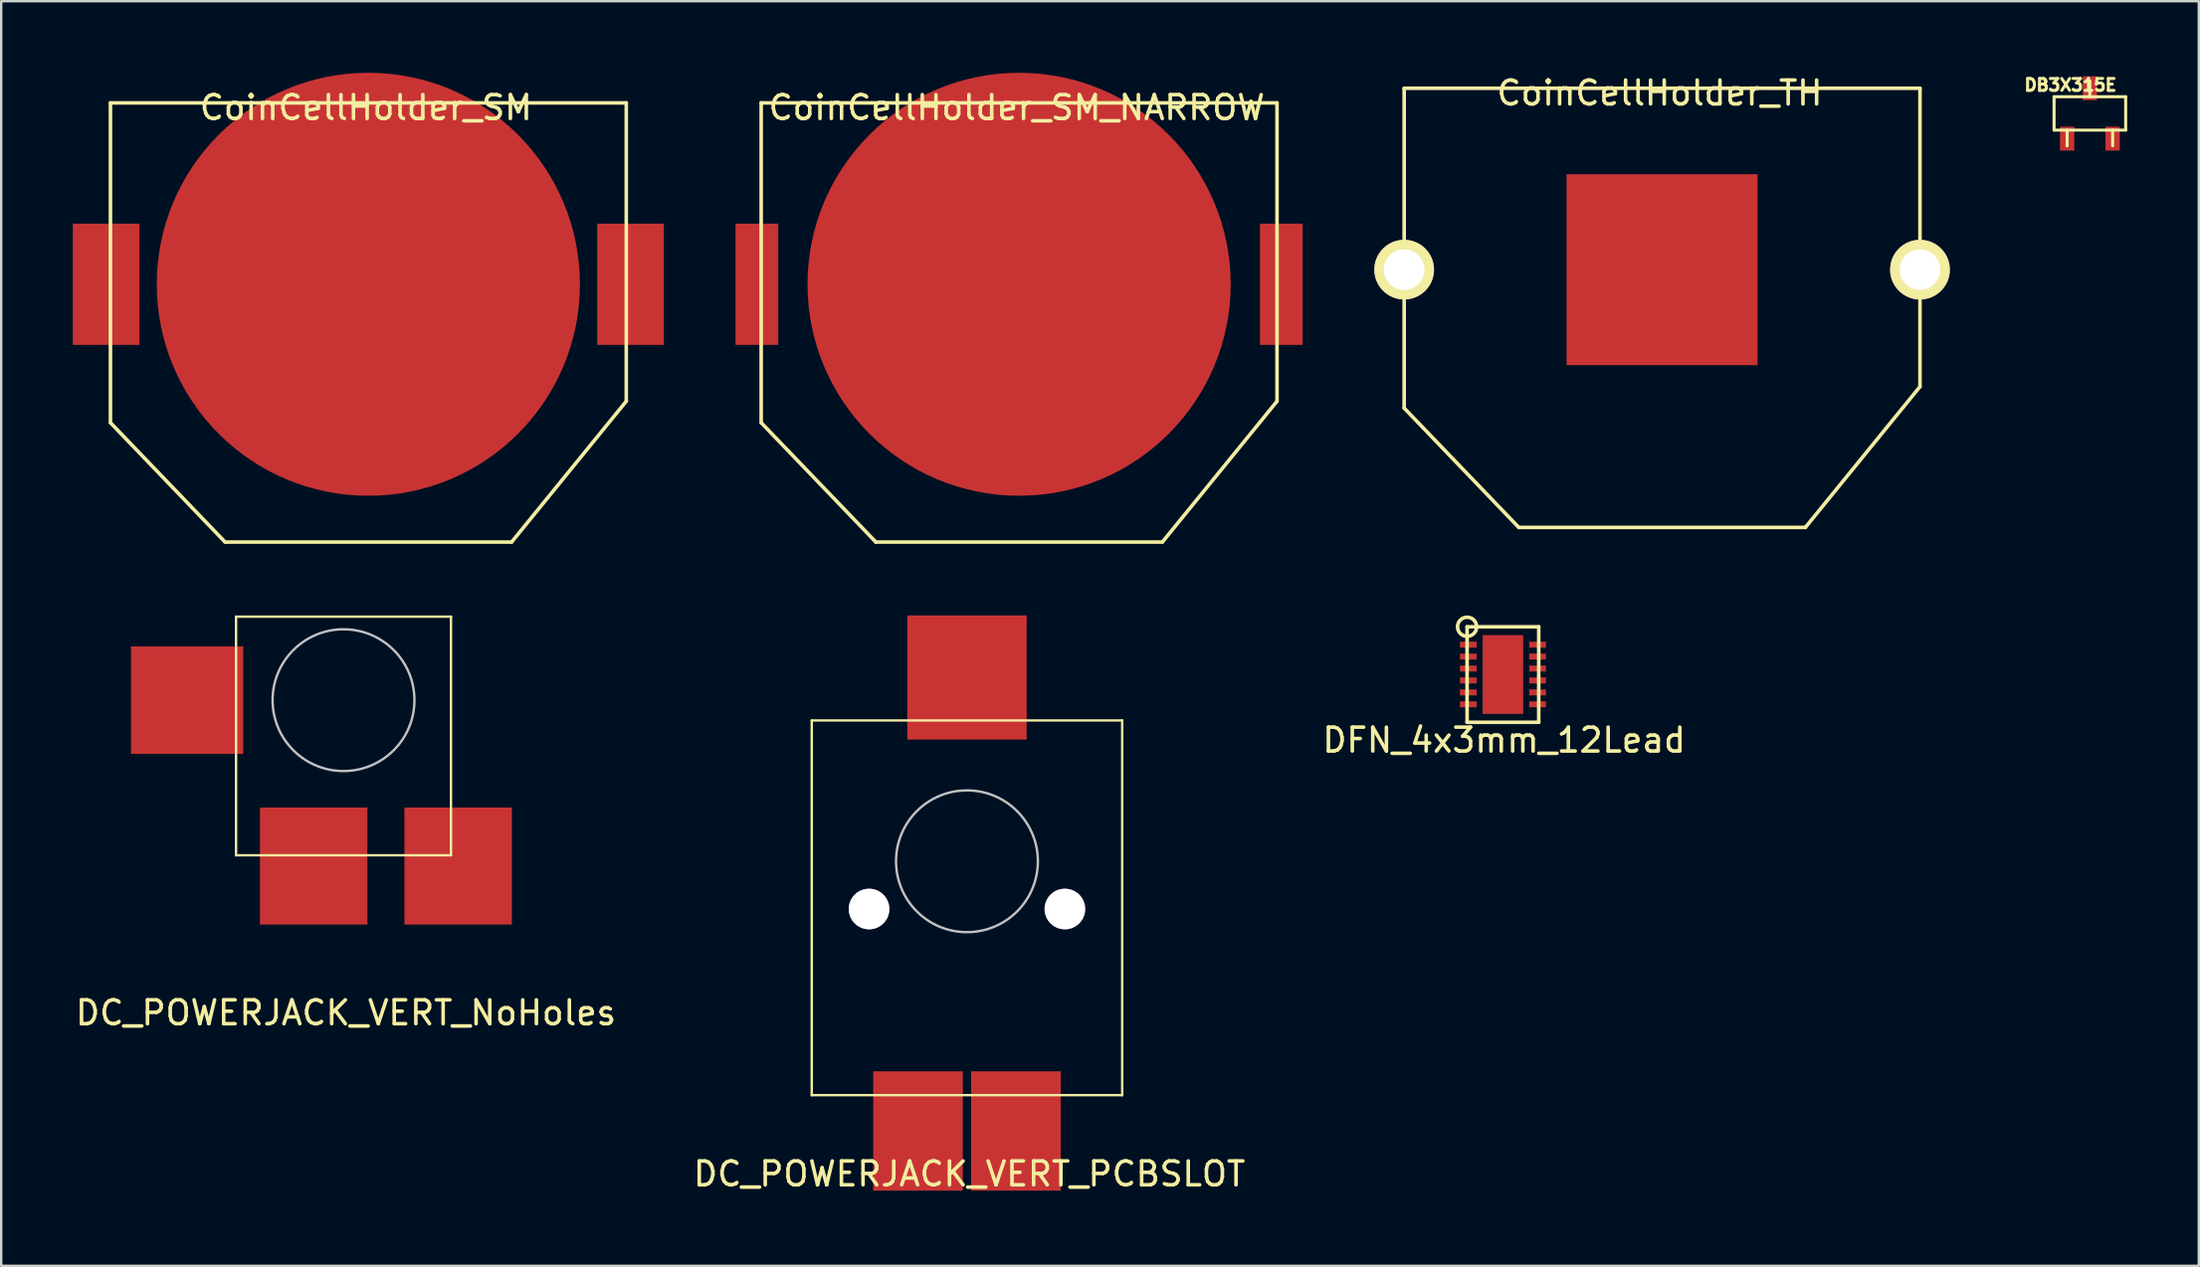
<source format=kicad_pcb>
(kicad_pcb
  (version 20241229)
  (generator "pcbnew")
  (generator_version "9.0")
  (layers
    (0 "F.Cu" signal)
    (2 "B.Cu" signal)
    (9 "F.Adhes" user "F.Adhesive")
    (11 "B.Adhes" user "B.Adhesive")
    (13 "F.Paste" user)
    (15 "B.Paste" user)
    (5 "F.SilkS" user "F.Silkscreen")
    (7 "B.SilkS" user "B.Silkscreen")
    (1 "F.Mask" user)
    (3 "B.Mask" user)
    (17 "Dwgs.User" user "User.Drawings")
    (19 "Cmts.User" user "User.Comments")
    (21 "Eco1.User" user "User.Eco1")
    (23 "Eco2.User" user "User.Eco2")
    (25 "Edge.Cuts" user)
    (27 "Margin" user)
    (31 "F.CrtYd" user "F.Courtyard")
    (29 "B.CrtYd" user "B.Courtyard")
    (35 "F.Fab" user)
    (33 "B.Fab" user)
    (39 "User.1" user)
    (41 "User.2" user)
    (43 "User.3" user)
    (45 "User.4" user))
  (footprint "CoinCellHolder_SM"
    (layer "F.Cu")
    (at 12.375 8.86)
    (property "Reference" "CoinCellHolder_SM" (at -0.1 -7.4 0) (layer "F.SilkS") (effects (font (size 1 1) (thickness 0.15))))
    (attr through_hole)
    (fp_line (start -10.8 -7.6) (end 10.8 -7.6) (stroke (width 0.15) (type solid)) (layer "F.SilkS"))
    (fp_line (start -10.8 5.8) (end -10.8 -7.6) (stroke (width 0.15) (type solid)) (layer "F.SilkS"))
    (fp_line (start -6 10.8) (end -10.8 5.8) (stroke (width 0.15) (type solid)) (layer "F.SilkS"))
    (fp_line (start 6 10.8) (end -6 10.8) (stroke (width 0.15) (type solid)) (layer "F.SilkS"))
    (fp_line (start 10.8 -7.6) (end 10.8 4.9) (stroke (width 0.15) (type solid)) (layer "F.SilkS"))
    (fp_line (start 10.8 4.9) (end 6 10.8) (stroke (width 0.15) (type solid)) (layer "F.SilkS"))
    (pad "1" smd circle (at 0 0) (size 17.72 17.72) (layers "F.Cu" "F.Mask" "F.Paste"))
    (pad "2" smd rect (at -10.98 0) (size 2.79 5.08) (layers "F.Cu" "F.Mask" "F.Paste"))
    (pad "2" smd rect (at 10.98 0) (size 2.79 5.08) (layers "F.Cu" "F.Mask" "F.Paste")))
  (footprint "DC_POWERJACK_VERT_NoHoles"
    (layer "F.Cu")
    (at 11.335 26.285)
    (property "Reference" "DC_POWERJACK_VERT_NoHoles" (at 0.1 13.1 0) (layer "F.SilkS") (effects (font (size 1 1) (thickness 0.15))))
    (attr through_hole)
    (fp_line (start -4.5 -3.5) (end 4.5 -3.5) (stroke (width 0.1) (type solid)) (layer "F.SilkS"))
    (fp_line (start -4.5 6.5) (end -4.5 -3.5) (stroke (width 0.1) (type solid)) (layer "F.SilkS"))
    (fp_line (start 4.5 -3.5) (end 4.5 6.5) (stroke (width 0.1) (type solid)) (layer "F.SilkS"))
    (fp_line (start 4.5 6.5) (end -4.5 6.5) (stroke (width 0.1) (type solid)) (layer "F.SilkS"))
    (fp_circle (center 0 0) (end 2.1 2.1) (stroke (width 0.1) (type solid)) (fill no) (layer "Dwgs.User"))
    (pad "1" smd rect (at -6.55 0) (size 4.7 4.5) (layers "F.Cu" "F.Mask" "F.Paste"))
    (pad "2" smd rect (at -1.25 6.95) (size 4.5 4.9) (layers "F.Cu" "F.Mask" "F.Paste"))
    (pad "3" smd rect (at 4.8 6.95) (size 4.5 4.9) (layers "F.Cu" "F.Mask" "F.Paste")))
  (footprint "DFN_4x3mm_12Lead"
    (layer "F.Cu")
    (at 59.885 25.21)
    (property "Reference" "DFN_4x3mm_12Lead" (at 0.05 2.75 0) (layer "F.SilkS") (effects (font (size 1 1) (thickness 0.15))))
    (attr through_hole)
    (fp_line (start -1.5 -2) (end 1.5 -2) (stroke (width 0.15) (type solid)) (layer "F.SilkS"))
    (fp_line (start -1.5 2) (end -1.5 -2) (stroke (width 0.15) (type solid)) (layer "F.SilkS"))
    (fp_line (start 1.5 -2) (end 1.5 2) (stroke (width 0.15) (type solid)) (layer "F.SilkS"))
    (fp_line (start 1.5 2) (end -1.5 2) (stroke (width 0.15) (type solid)) (layer "F.SilkS"))
    (fp_circle (center -1.5 -2) (end -1.1 -2) (stroke (width 0.15) (type solid)) (fill no) (layer "F.SilkS"))
    (pad "1" smd rect (at -1.45 -1.25) (size 0.7 0.25) (layers "F.Cu" "F.Mask" "F.Paste"))
    (pad "2" smd rect (at -1.45 -0.75) (size 0.7 0.25) (layers "F.Cu" "F.Mask" "F.Paste"))
    (pad "3" smd rect (at -1.45 -0.25) (size 0.7 0.25) (layers "F.Cu" "F.Mask" "F.Paste"))
    (pad "4" smd rect (at -1.45 0.25) (size 0.7 0.25) (layers "F.Cu" "F.Mask" "F.Paste"))
    (pad "5" smd rect (at -1.45 0.75) (size 0.7 0.25) (layers "F.Cu" "F.Mask" "F.Paste"))
    (pad "6" smd rect (at -1.45 1.25) (size 0.7 0.25) (layers "F.Cu" "F.Mask" "F.Paste"))
    (pad "7" smd rect (at 1.45 1.25) (size 0.7 0.25) (layers "F.Cu" "F.Mask" "F.Paste"))
    (pad "8" smd rect (at 1.45 0.75) (size 0.7 0.25) (layers "F.Cu" "F.Mask" "F.Paste"))
    (pad "9" smd rect (at 1.45 0.25) (size 0.7 0.25) (layers "F.Cu" "F.Mask" "F.Paste"))
    (pad "10" smd rect (at 1.45 -0.25) (size 0.7 0.25) (layers "F.Cu" "F.Mask" "F.Paste"))
    (pad "11" smd rect (at 1.45 -0.75) (size 0.7 0.25) (layers "F.Cu" "F.Mask" "F.Paste"))
    (pad "12" smd rect (at 1.45 -1.25) (size 0.7 0.25) (layers "F.Cu" "F.Mask" "F.Paste"))
    (pad "13" smd rect (at 0 0) (size 1.7 3.3) (layers "F.Cu" "F.Mask" "F.Paste")))
  (footprint "CoinCellHolder_SM_NARROW"
    (layer "F.Cu")
    (at 39.625 8.86)
    (property "Reference" "CoinCellHolder_SM_NARROW" (at -0.1 -7.4 0) (layer "F.SilkS") (effects (font (size 1 1) (thickness 0.15))))
    (attr through_hole)
    (fp_line (start -10.8 -7.6) (end 10.8 -7.6) (stroke (width 0.15) (type solid)) (layer "F.SilkS"))
    (fp_line (start -10.8 5.8) (end -10.8 -7.6) (stroke (width 0.15) (type solid)) (layer "F.SilkS"))
    (fp_line (start -6 10.8) (end -10.8 5.8) (stroke (width 0.15) (type solid)) (layer "F.SilkS"))
    (fp_line (start 6 10.8) (end -6 10.8) (stroke (width 0.15) (type solid)) (layer "F.SilkS"))
    (fp_line (start 10.8 -7.6) (end 10.8 4.9) (stroke (width 0.15) (type solid)) (layer "F.SilkS"))
    (fp_line (start 10.8 4.9) (end 6 10.8) (stroke (width 0.15) (type solid)) (layer "F.SilkS"))
    (pad "1" smd circle (at 0 0) (size 17.72 17.72) (layers "F.Cu" "F.Mask" "F.Paste"))
    (pad "2" smd rect (at -10.98 0) (size 1.79 5.08) (layers "F.Cu" "F.Mask" "F.Paste"))
    (pad "2" smd rect (at 10.98 0) (size 1.79 5.08) (layers "F.Cu" "F.Mask" "F.Paste")))
  (footprint "DC_POWERJACK_VERT_PCBSLOT"
    (layer "F.Cu")
    (at 37.442 33.035)
    (property "Reference" "DC_POWERJACK_VERT_PCBSLOT" (at 0.1 13.1 0) (layer "F.SilkS") (effects (font (size 1 1) (thickness 0.15))))
    (attr through_hole)
    (fp_line (start -6.5 -5.9) (end 6.5 -5.9) (stroke (width 0.1) (type solid)) (layer "F.SilkS"))
    (fp_line (start -6.5 9.8) (end -6.5 -5.9) (stroke (width 0.1) (type solid)) (layer "F.SilkS"))
    (fp_line (start 6.5 -5.9) (end 6.5 9.8) (stroke (width 0.1) (type solid)) (layer "F.SilkS"))
    (fp_line (start 6.5 9.8) (end -6.5 9.8) (stroke (width 0.1) (type solid)) (layer "F.SilkS"))
    (fp_circle (center 0 0) (end 2.1 2.1) (stroke (width 0.1) (type solid)) (fill no) (layer "Dwgs.User"))
    (pad "0" thru_hole circle (at -4.1 2) (size 1.7 1.7) (drill 1.7) (layers "*.Cu" "*.Mask"))
    (pad "0" thru_hole circle (at 4.1 2) (size 1.7 1.7) (drill 1.7) (layers "*.Cu" "*.Mask"))
    (pad "1" smd rect (at 0 -7.7) (size 5 5.2) (layers "F.Cu" "F.Mask" "F.Paste"))
    (pad "2" smd rect (at -2.05 11.3) (size 3.75 5) (layers "F.Cu" "F.Mask" "F.Paste"))
    (pad "3" smd rect (at 2.05 11.3) (size 3.75 5) (layers "F.Cu" "F.Mask" "F.Paste")))
  (footprint "CoinCellHolder_TH"
    (layer "F.Cu")
    (at 66.55 8.248)
    (property "Reference" "CoinCellHolder_TH" (at -0.1 -7.4 0) (layer "F.SilkS") (effects (font (size 1 1) (thickness 0.15))))
    (attr through_hole)
    (fp_line (start -10.8 -7.6) (end 10.8 -7.6) (stroke (width 0.15) (type solid)) (layer "F.SilkS"))
    (fp_line (start -10.8 5.8) (end -10.8 -7.6) (stroke (width 0.15) (type solid)) (layer "F.SilkS"))
    (fp_line (start -6 10.8) (end -10.8 5.8) (stroke (width 0.15) (type solid)) (layer "F.SilkS"))
    (fp_line (start 6 10.8) (end -6 10.8) (stroke (width 0.15) (type solid)) (layer "F.SilkS"))
    (fp_line (start 10.8 -7.6) (end 10.8 4.9) (stroke (width 0.15) (type solid)) (layer "F.SilkS"))
    (fp_line (start 10.8 4.9) (end 6 10.8) (stroke (width 0.15) (type solid)) (layer "F.SilkS"))
    (pad "1" smd rect (at 0 0) (size 8 8) (layers "F.Cu" "F.Mask" "F.Paste"))
    (pad "2" thru_hole circle (at -10.8 0) (size 2.5 2.5) (drill 1.7) (layers "*.Cu" "*.Mask" "F.SilkS"))
    (pad "2" thru_hole circle (at 10.8 0) (size 2.5 2.5) (drill 1.7) (layers "*.Cu" "*.Mask" "F.SilkS")))
  (footprint "DB3X315E"
    (layer "F.Cu")
    (at 84.464 1.702)
    (property "Reference" "DB3X315E" (at -0.81 -1.19 0) (layer "F.SilkS") (effects (font (size 0.5 0.5) (thickness 0.125))))
    (attr through_hole)
    (fp_line (start -1.499 -0.699) (end 1.499 -0.699) (stroke (width 0.127) (type solid)) (layer "F.SilkS"))
    (fp_line (start -1.499 0.699) (end -1.499 -0.699) (stroke (width 0.127) (type solid)) (layer "F.SilkS"))
    (fp_line (start -0.953 0.699) (end -0.953 1.359) (stroke (width 0.127) (type solid)) (layer "F.SilkS"))
    (fp_line (start 0 -0.699) (end 0 -1.359) (stroke (width 0.127) (type solid)) (layer "F.SilkS"))
    (fp_line (start 0.953 0.699) (end 0.953 1.359) (stroke (width 0.127) (type solid)) (layer "F.SilkS"))
    (fp_line (start 1.499 -0.699) (end 1.499 0.699) (stroke (width 0.127) (type solid)) (layer "F.SilkS"))
    (fp_line (start 1.499 0.699) (end -1.499 0.699) (stroke (width 0.127) (type solid)) (layer "F.SilkS"))
    (pad "1" smd rect (at -0.953 1.057) (size 0.599 1.001) (layers "F.Cu" "F.Mask" "F.Paste"))
    (pad "2" smd rect (at 0 -1.057) (size 0.599 1.001) (layers "F.Cu" "F.Mask" "F.Paste"))
    (pad "3" smd rect (at 0.953 1.057) (size 0.599 1.001) (layers "F.Cu" "F.Mask" "F.Paste")))
  (gr_rect
    (start -3 -3)
    (end 89.026 49.983)
    (stroke (width 0.1) (type default))
    (fill no)
    (layer "Edge.Cuts")))
</source>
